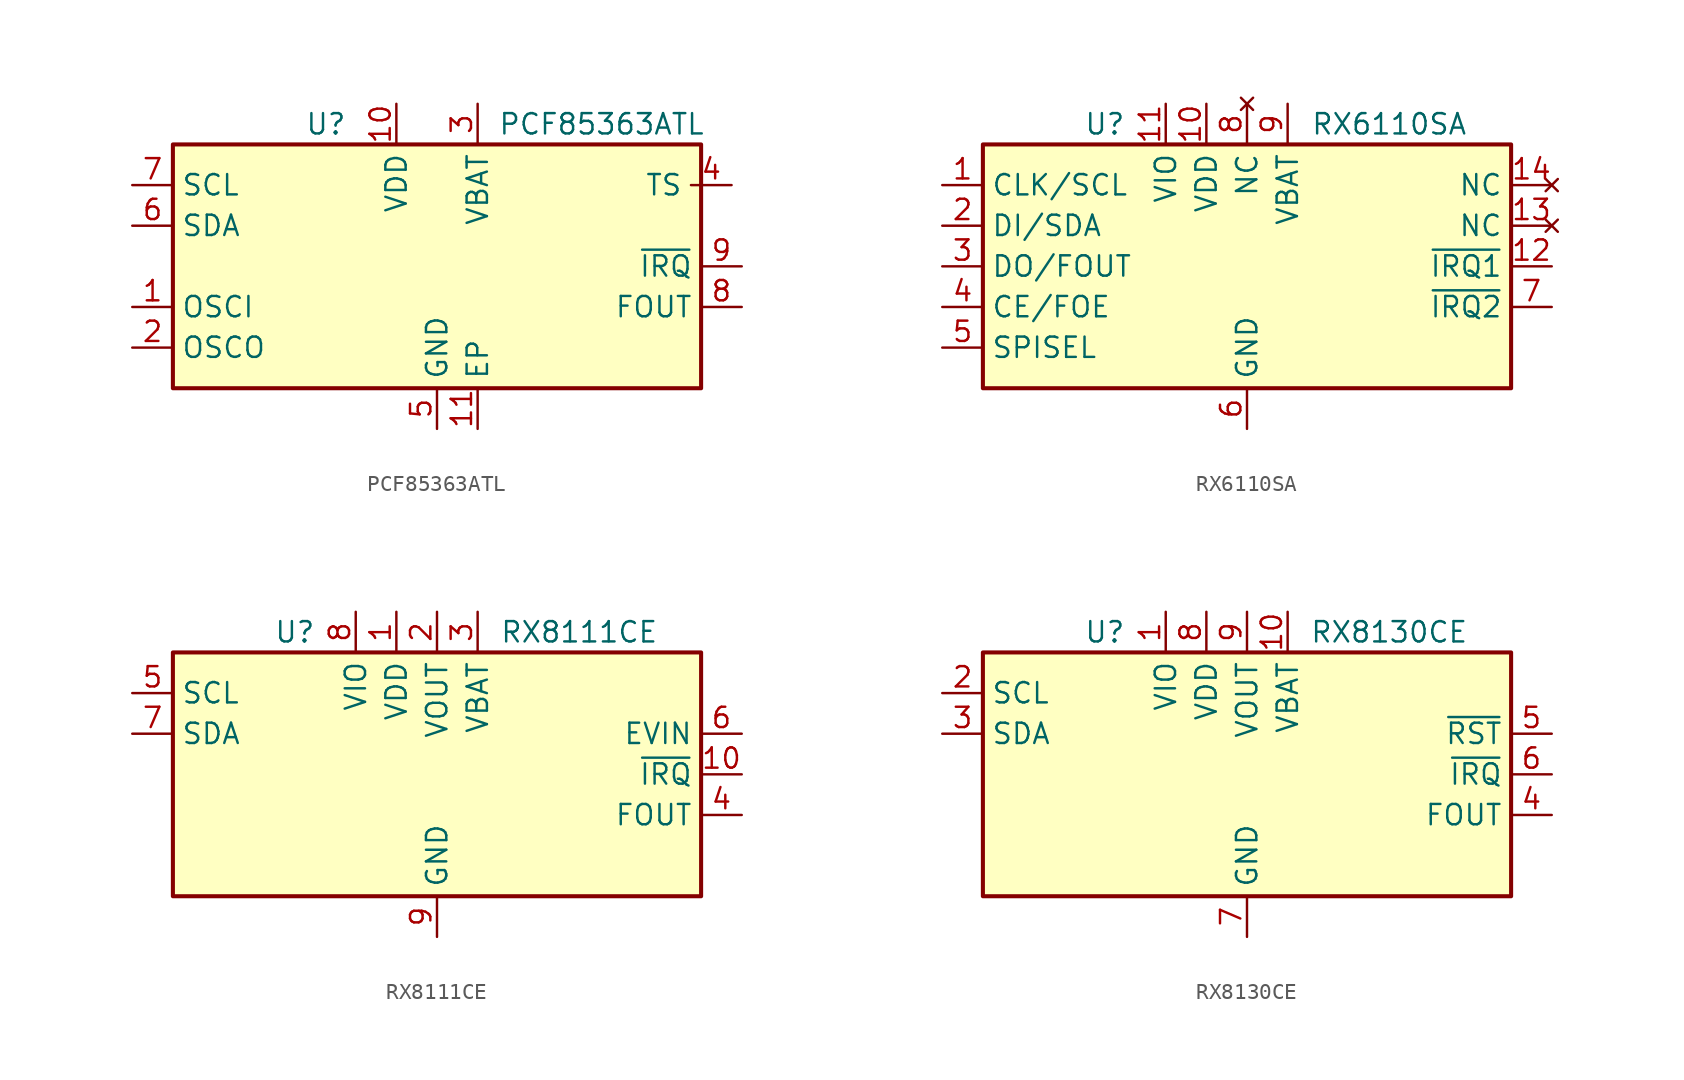
<source format=kicad_sym>
(kicad_symbol_lib
  (version 20211014)
  (generator kicad_symbol_editor)
  (symbol "PCF85363ATL"
    (property "Reference" "U"
      (at -8.255 8.89 0)
      (effects (font (size 1.27 1.27)) (justify left)))
    (property "Value" "PCF85363ATL"
      (at 3.81 8.89 0)
      (effects (font (size 1.27 1.27)) (justify left)))
    (symbol "PCF85363ATL_1_1"
      (rectangle (start -16.51 7.62) (end 16.51 -7.62) (stroke (width 0.254) (type default) (color 0 0 0 0)) (fill (type background)))
      (pin input line (at -19.05 -2.54 0) (length 2.54) (name "OSCI" (effects (font (size 1.27 1.27)))) (number "1" (effects (font (size 1.27 1.27)))))
      (pin power_in line (at -2.54 10.16 270) (length 2.54) (name "VDD" (effects (font (size 1.27 1.27)))) (number "10" (effects (font (size 1.27 1.27)))))
      (pin power_in line (at 2.54 -10.16 90) (length 2.54) (name "EP" (effects (font (size 1.27 1.27)))) (number "11" (effects (font (size 1.27 1.27)))))
      (pin output line (at -19.05 -5.08 0) (length 2.54) (name "OSCO" (effects (font (size 1.27 1.27)))) (number "2" (effects (font (size 1.27 1.27)))))
      (pin power_in line (at 2.54 10.16 270) (length 2.54) (name "VBAT" (effects (font (size 1.27 1.27)))) (number "3" (effects (font (size 1.27 1.27)))))
      (pin open_collector line (at 18.415 5.08 180) (length 2.54) (name "TS" (effects (font (size 1.27 1.27)))) (number "4" (effects (font (size 1.27 1.27)))))
      (pin power_in line (at 0 -10.16 90) (length 2.54) (name "GND" (effects (font (size 1.27 1.27)))) (number "5" (effects (font (size 1.27 1.27)))))
      (pin bidirectional line (at -19.05 2.54 0) (length 2.54) (name "SDA" (effects (font (size 1.27 1.27)))) (number "6" (effects (font (size 1.27 1.27)))))
      (pin input line (at -19.05 5.08 0) (length 2.54) (name "SCL" (effects (font (size 1.27 1.27)))) (number "7" (effects (font (size 1.27 1.27)))))
      (pin output line (at 19.05 -2.54 180) (length 2.54) (name "FOUT" (effects (font (size 1.27 1.27)))) (number "8" (effects (font (size 1.27 1.27)))))
      (pin open_collector line (at 19.05 0 180) (length 2.54) (name "~{IRQ}" (effects (font (size 1.27 1.27)))) (number "9" (effects (font (size 1.27 1.27)))))))
  (symbol "RX6110SA"
    (property "Reference" "U"
      (at -8.89 8.89 0)
      (effects (font (size 1.27 1.27))))
    (property "Value" "RX6110SA"
      (at 8.89 8.89 0)
      (effects (font (size 1.27 1.27))))
    (symbol "RX6110SA_1_1"
      (rectangle (start -16.51 7.62) (end 16.51 -7.62) (stroke (width 0.254) (type default) (color 0 0 0 0)) (fill (type background)))
      (pin input line (at -19.05 5.08 0) (length 2.54) (name "CLK/SCL" (effects (font (size 1.27 1.27)))) (number "1" (effects (font (size 1.27 1.27)))))
      (pin power_in line (at -2.54 10.16 270) (length 2.54) (name "VDD" (effects (font (size 1.27 1.27)))) (number "10" (effects (font (size 1.27 1.27)))))
      (pin power_in line (at -5.08 10.16 270) (length 2.54) (name "VIO" (effects (font (size 1.27 1.27)))) (number "11" (effects (font (size 1.27 1.27)))))
      (pin open_collector line (at 19.05 0 180) (length 2.54) (name "~{IRQ1}" (effects (font (size 1.27 1.27)))) (number "12" (effects (font (size 1.27 1.27)))))
      (pin no_connect line (at 19.05 2.54 180) (length 2.54) (name "NC" (effects (font (size 1.27 1.27)))) (number "13" (effects (font (size 1.27 1.27)))))
      (pin no_connect line (at 19.05 5.08 180) (length 2.54) (name "NC" (effects (font (size 1.27 1.27)))) (number "14" (effects (font (size 1.27 1.27)))))
      (pin bidirectional line (at -19.05 2.54 0) (length 2.54) (name "DI/SDA" (effects (font (size 1.27 1.27)))) (number "2" (effects (font (size 1.27 1.27)))))
      (pin output line (at -19.05 0 0) (length 2.54) (name "DO/FOUT" (effects (font (size 1.27 1.27)))) (number "3" (effects (font (size 1.27 1.27)))))
      (pin input line (at -19.05 -2.54 0) (length 2.54) (name "CE/FOE" (effects (font (size 1.27 1.27)))) (number "4" (effects (font (size 1.27 1.27)))))
      (pin input line (at -19.05 -5.08 0) (length 2.54) (name "SPISEL" (effects (font (size 1.27 1.27)))) (number "5" (effects (font (size 1.27 1.27)))))
      (pin power_in line (at 0 -10.16 90) (length 2.54) (name "GND" (effects (font (size 1.27 1.27)))) (number "6" (effects (font (size 1.27 1.27)))))
      (pin output line (at 19.05 -2.54 180) (length 2.54) (name "~{IRQ2}" (effects (font (size 1.27 1.27)))) (number "7" (effects (font (size 1.27 1.27)))))
      (pin no_connect line (at 0 10.16 270) (length 2.54) (name "NC" (effects (font (size 1.27 1.27)))) (number "8" (effects (font (size 1.27 1.27)))))
      (pin power_in line (at 2.54 10.16 270) (length 2.54) (name "VBAT" (effects (font (size 1.27 1.27)))) (number "9" (effects (font (size 1.27 1.27)))))))
  (symbol "RX8111CE"
    (property "Reference" "U"
      (at -8.89 8.89 0)
      (effects (font (size 1.27 1.27))))
    (property "Value" "RX8111CE"
      (at 8.89 8.89 0)
      (effects (font (size 1.27 1.27))))
    (symbol "RX8111CE_1_1"
      (rectangle (start -16.51 7.62) (end 16.51 -7.62) (stroke (width 0.254) (type default) (color 0 0 0 0)) (fill (type background)))
      (pin power_in line (at -2.54 10.16 270) (length 2.54) (name "VDD" (effects (font (size 1.27 1.27)))) (number "1" (effects (font (size 1.27 1.27)))))
      (pin open_collector line (at 19.05 0 180) (length 2.54) (name "~{IRQ}" (effects (font (size 1.27 1.27)))) (number "10" (effects (font (size 1.27 1.27)))))
      (pin power_out line (at 0 10.16 270) (length 2.54) (name "VOUT" (effects (font (size 1.27 1.27)))) (number "2" (effects (font (size 1.27 1.27)))))
      (pin power_in line (at 2.54 10.16 270) (length 2.54) (name "VBAT" (effects (font (size 1.27 1.27)))) (number "3" (effects (font (size 1.27 1.27)))))
      (pin output line (at 19.05 -2.54 180) (length 2.54) (name "FOUT" (effects (font (size 1.27 1.27)))) (number "4" (effects (font (size 1.27 1.27)))))
      (pin input line (at -19.05 5.08 0) (length 2.54) (name "SCL" (effects (font (size 1.27 1.27)))) (number "5" (effects (font (size 1.27 1.27)))))
      (pin input line (at 19.05 2.54 180) (length 2.54) (name "EVIN" (effects (font (size 1.27 1.27)))) (number "6" (effects (font (size 1.27 1.27)))))
      (pin bidirectional line (at -19.05 2.54 0) (length 2.54) (name "SDA" (effects (font (size 1.27 1.27)))) (number "7" (effects (font (size 1.27 1.27)))))
      (pin power_in line (at -5.08 10.16 270) (length 2.54) (name "VIO" (effects (font (size 1.27 1.27)))) (number "8" (effects (font (size 1.27 1.27)))))
      (pin power_in line (at 0 -10.16 90) (length 2.54) (name "GND" (effects (font (size 1.27 1.27)))) (number "9" (effects (font (size 1.27 1.27)))))))
  (symbol "RX8130CE"
    (property "Reference" "U"
      (at -8.89 8.89 0)
      (effects (font (size 1.27 1.27))))
    (property "Value" "RX8130CE"
      (at 8.89 8.89 0)
      (effects (font (size 1.27 1.27))))
    (symbol "RX8130CE_1_1"
      (rectangle (start -16.51 7.62) (end 16.51 -7.62) (stroke (width 0.254) (type default) (color 0 0 0 0)) (fill (type background)))
      (pin power_in line (at -5.08 10.16 270) (length 2.54) (name "VIO" (effects (font (size 1.27 1.27)))) (number "1" (effects (font (size 1.27 1.27)))))
      (pin power_in line (at 2.54 10.16 270) (length 2.54) (name "VBAT" (effects (font (size 1.27 1.27)))) (number "10" (effects (font (size 1.27 1.27)))))
      (pin input line (at -19.05 5.08 0) (length 2.54) (name "SCL" (effects (font (size 1.27 1.27)))) (number "2" (effects (font (size 1.27 1.27)))))
      (pin bidirectional line (at -19.05 2.54 0) (length 2.54) (name "SDA" (effects (font (size 1.27 1.27)))) (number "3" (effects (font (size 1.27 1.27)))))
      (pin output line (at 19.05 -2.54 180) (length 2.54) (name "FOUT" (effects (font (size 1.27 1.27)))) (number "4" (effects (font (size 1.27 1.27)))))
      (pin open_collector line (at 19.05 2.54 180) (length 2.54) (name "~{RST}" (effects (font (size 1.27 1.27)))) (number "5" (effects (font (size 1.27 1.27)))))
      (pin open_collector line (at 19.05 0 180) (length 2.54) (name "~{IRQ}" (effects (font (size 1.27 1.27)))) (number "6" (effects (font (size 1.27 1.27)))))
      (pin power_in line (at 0 -10.16 90) (length 2.54) (name "GND" (effects (font (size 1.27 1.27)))) (number "7" (effects (font (size 1.27 1.27)))))
      (pin power_in line (at -2.54 10.16 270) (length 2.54) (name "VDD" (effects (font (size 1.27 1.27)))) (number "8" (effects (font (size 1.27 1.27)))))
      (pin power_out line (at 0 10.16 270) (length 2.54) (name "VOUT" (effects (font (size 1.27 1.27)))) (number "9" (effects (font (size 1.27 1.27))))))))
</source>
